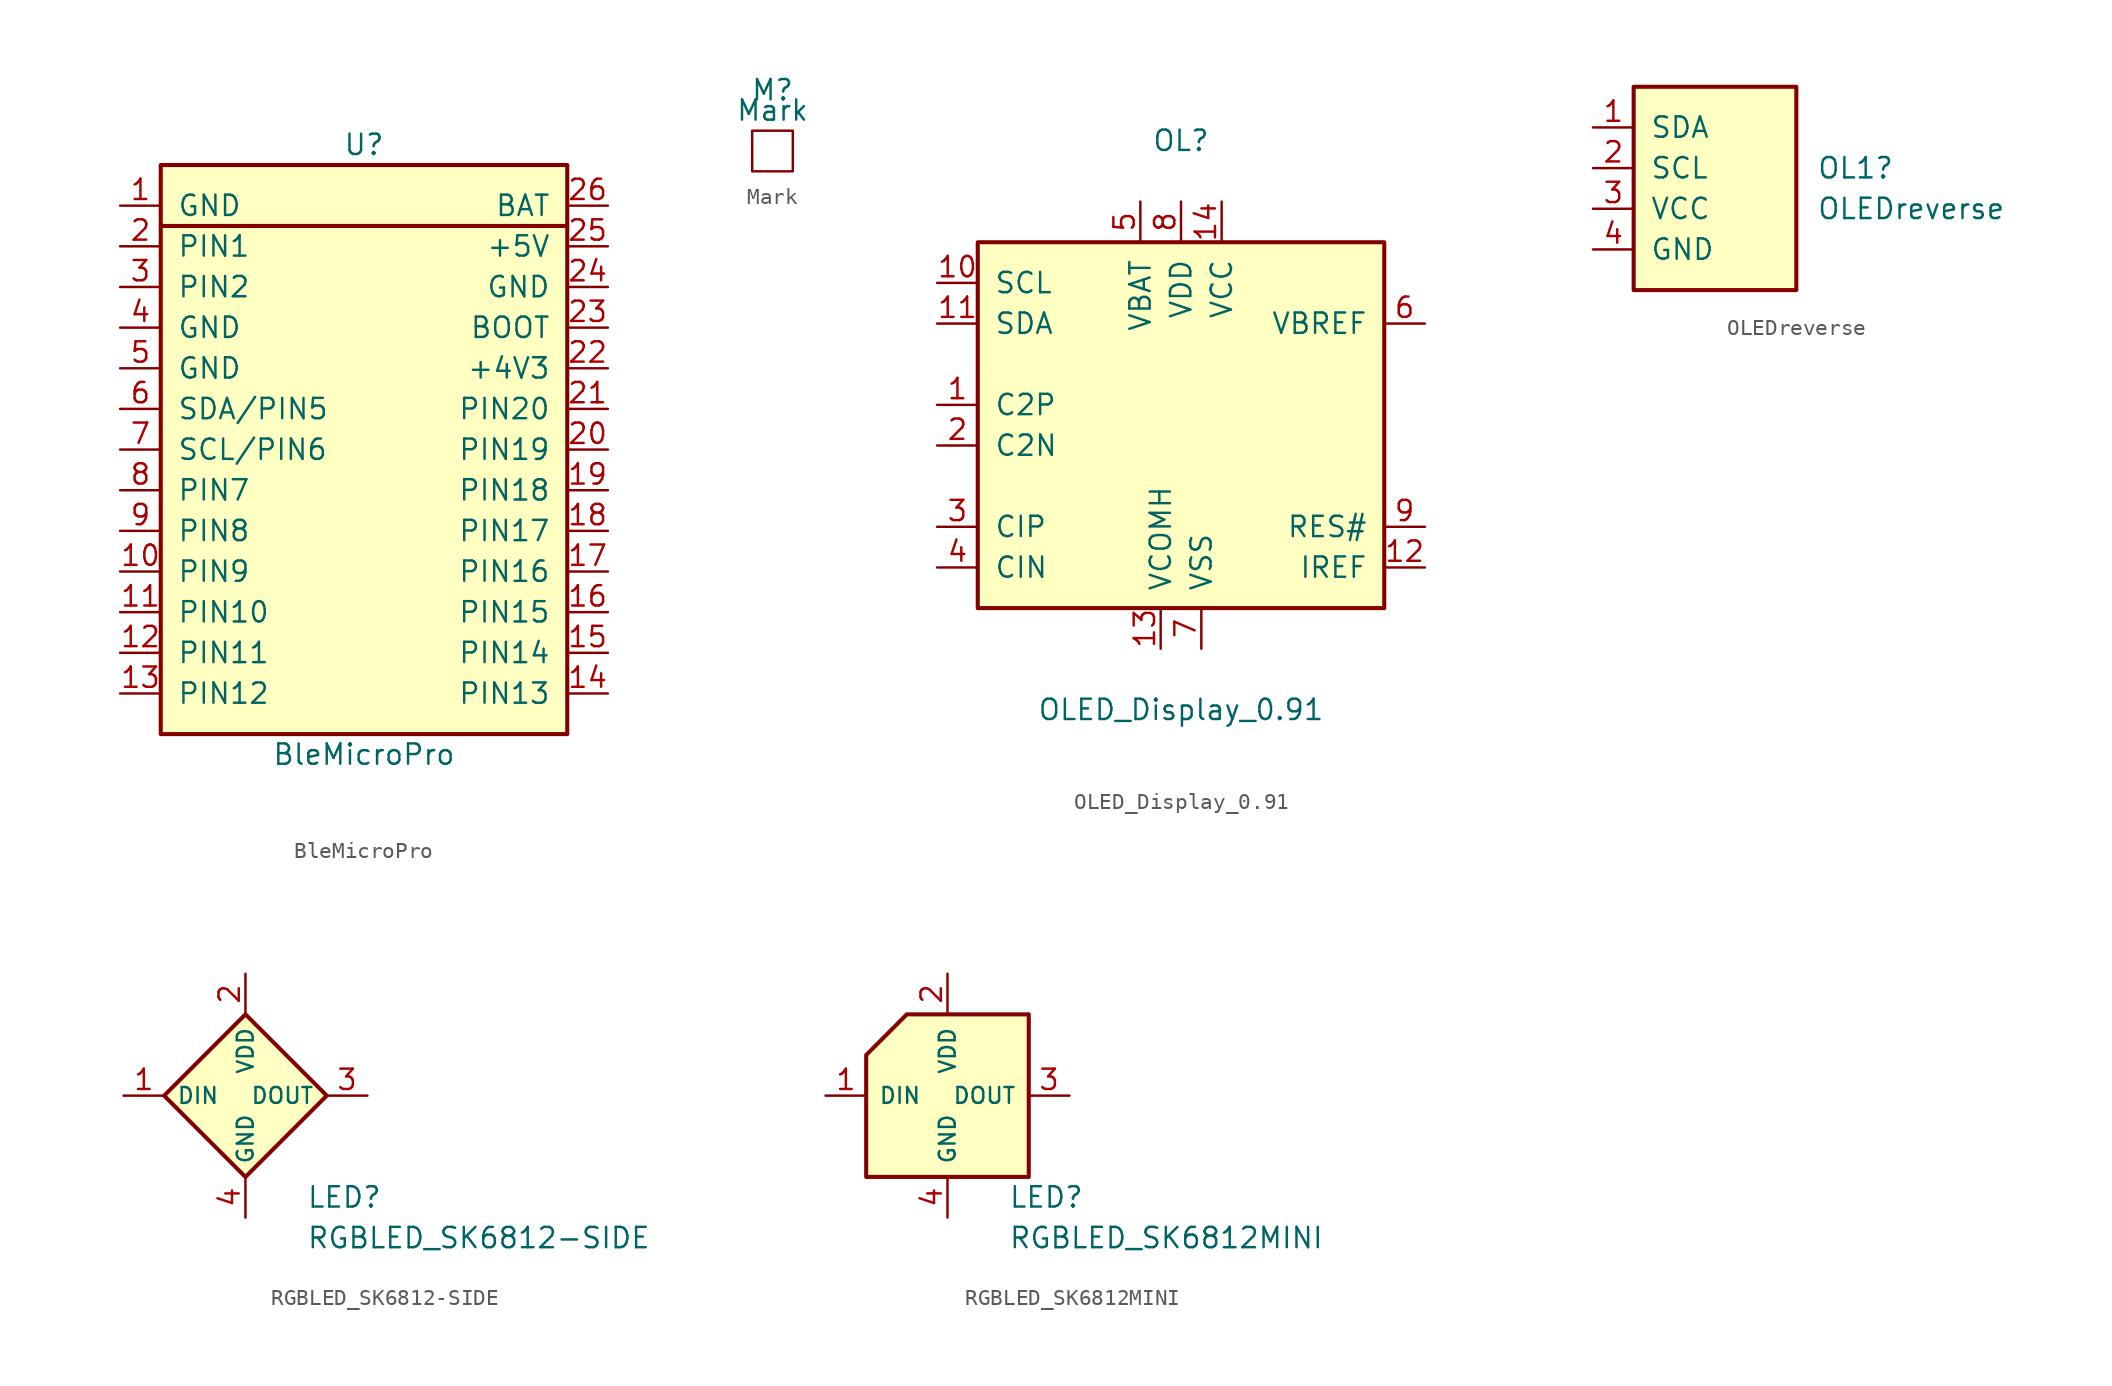
<source format=kicad_sym>
(kicad_symbol_lib
  (version 20231120)
  (generator "kicad_symbol_editor")
  (generator_version "8.0")
  (symbol "BleMicroPro"
    (pin_names
      (offset 1.016))
    (property "Reference" "U"
      (at 0 20.32 0)
      (effects (font (size 1.27 1.27))))
    (property "Value" "BleMicroPro"
      (at 0 -17.78 0)
      (effects (font (size 1.27 1.27))))
    (symbol "BleMicroPro_0_1"
      (rectangle (start -12.7 19.05) (end 12.7 -16.51) (stroke (width 0.254) (type solid)) (fill (type background)))
      (polyline (pts (xy -12.7 15.24) (xy 12.7 15.24)) (stroke (width 0.254) (type solid)) (fill (type none))))
    (symbol "BleMicroPro_1_1"
      (pin power_in line (at -15.24 16.51 0) (length 2.54) (name "GND" (effects (font (size 1.27 1.27)))) (number "1" (effects (font (size 1.27 1.27)))))
      (pin bidirectional line (at -15.24 -6.35 0) (length 2.54) (name "PIN9" (effects (font (size 1.27 1.27)))) (number "10" (effects (font (size 1.27 1.27)))))
      (pin bidirectional line (at -15.24 -8.89 0) (length 2.54) (name "PIN10" (effects (font (size 1.27 1.27)))) (number "11" (effects (font (size 1.27 1.27)))))
      (pin bidirectional line (at -15.24 -11.43 0) (length 2.54) (name "PIN11" (effects (font (size 1.27 1.27)))) (number "12" (effects (font (size 1.27 1.27)))))
      (pin bidirectional line (at -15.24 -13.97 0) (length 2.54) (name "PIN12" (effects (font (size 1.27 1.27)))) (number "13" (effects (font (size 1.27 1.27)))))
      (pin bidirectional line (at 15.24 -13.97 180) (length 2.54) (name "PIN13" (effects (font (size 1.27 1.27)))) (number "14" (effects (font (size 1.27 1.27)))))
      (pin bidirectional line (at 15.24 -11.43 180) (length 2.54) (name "PIN14" (effects (font (size 1.27 1.27)))) (number "15" (effects (font (size 1.27 1.27)))))
      (pin bidirectional line (at 15.24 -8.89 180) (length 2.54) (name "PIN15" (effects (font (size 1.27 1.27)))) (number "16" (effects (font (size 1.27 1.27)))))
      (pin bidirectional line (at 15.24 -6.35 180) (length 2.54) (name "PIN16" (effects (font (size 1.27 1.27)))) (number "17" (effects (font (size 1.27 1.27)))))
      (pin bidirectional line (at 15.24 -3.81 180) (length 2.54) (name "PIN17" (effects (font (size 1.27 1.27)))) (number "18" (effects (font (size 1.27 1.27)))))
      (pin bidirectional line (at 15.24 -1.27 180) (length 2.54) (name "PIN18" (effects (font (size 1.27 1.27)))) (number "19" (effects (font (size 1.27 1.27)))))
      (pin bidirectional line (at -15.24 13.97 0) (length 2.54) (name "PIN1" (effects (font (size 1.27 1.27)))) (number "2" (effects (font (size 1.27 1.27)))))
      (pin bidirectional line (at 15.24 1.27 180) (length 2.54) (name "PIN19" (effects (font (size 1.27 1.27)))) (number "20" (effects (font (size 1.27 1.27)))))
      (pin bidirectional line (at 15.24 3.81 180) (length 2.54) (name "PIN20" (effects (font (size 1.27 1.27)))) (number "21" (effects (font (size 1.27 1.27)))))
      (pin power_in line (at 15.24 6.35 180) (length 2.54) (name "+4V3" (effects (font (size 1.27 1.27)))) (number "22" (effects (font (size 1.27 1.27)))))
      (pin input line (at 15.24 8.89 180) (length 2.54) (name "BOOT" (effects (font (size 1.27 1.27)))) (number "23" (effects (font (size 1.27 1.27)))))
      (pin power_in line (at 15.24 11.43 180) (length 2.54) (name "GND" (effects (font (size 1.27 1.27)))) (number "24" (effects (font (size 1.27 1.27)))))
      (pin power_in line (at 15.24 13.97 180) (length 2.54) (name "+5V" (effects (font (size 1.27 1.27)))) (number "25" (effects (font (size 1.27 1.27)))))
      (pin power_in line (at 15.24 16.51 180) (length 2.54) (name "BAT" (effects (font (size 1.27 1.27)))) (number "26" (effects (font (size 1.27 1.27)))))
      (pin bidirectional line (at -15.24 11.43 0) (length 2.54) (name "PIN2" (effects (font (size 1.27 1.27)))) (number "3" (effects (font (size 1.27 1.27)))))
      (pin power_in line (at -15.24 8.89 0) (length 2.54) (name "GND" (effects (font (size 1.27 1.27)))) (number "4" (effects (font (size 1.27 1.27)))))
      (pin power_in line (at -15.24 6.35 0) (length 2.54) (name "GND" (effects (font (size 1.27 1.27)))) (number "5" (effects (font (size 1.27 1.27)))))
      (pin bidirectional line (at -15.24 3.81 0) (length 2.54) (name "SDA/PIN5" (effects (font (size 1.27 1.27)))) (number "6" (effects (font (size 1.27 1.27)))))
      (pin bidirectional line (at -15.24 1.27 0) (length 2.54) (name "SCL/PIN6" (effects (font (size 1.27 1.27)))) (number "7" (effects (font (size 1.27 1.27)))))
      (pin bidirectional line (at -15.24 -1.27 0) (length 2.54) (name "PIN7" (effects (font (size 1.27 1.27)))) (number "8" (effects (font (size 1.27 1.27)))))
      (pin bidirectional line (at -15.24 -3.81 0) (length 2.54) (name "PIN8" (effects (font (size 1.27 1.27)))) (number "9" (effects (font (size 1.27 1.27)))))))
  (symbol "Mark"
    (pin_numbers hide)
    (pin_names
      (offset 0) hide)
    (property "Reference" "M"
      (at 0 3.81 0)
      (effects (font (size 1.27 1.27))))
    (property "Value" "Mark"
      (at 0 2.54 0)
      (effects (font (size 1.27 1.27))))
    (symbol "Mark_0_1"
      (rectangle (start -1.27 1.27) (end 1.27 -1.27) (stroke (width 0) (type solid)) (fill (type none)))))
  (symbol "OLED_Display_0.91"
    (pin_names
      (offset 1.016))
    (property "Reference" "OL"
      (at 0 17.78 0)
      (effects (font (size 1.27 1.27))))
    (property "Value" "OLED_Display_0.91"
      (at 0 -17.78 0)
      (effects (font (size 1.27 1.27))))
    (symbol "OLED_Display_0.91_0_1"
      (rectangle (start -12.7 11.43) (end 12.7 -11.43) (stroke (width 0.254) (type solid)) (fill (type background))))
    (symbol "OLED_Display_0.91_1_1"
      (pin input line (at -15.24 1.27 0) (length 2.54) (name "C2P" (effects (font (size 1.27 1.27)))) (number "1" (effects (font (size 1.27 1.27)))))
      (pin input line (at -15.24 8.89 0) (length 2.54) (name "SCL" (effects (font (size 1.27 1.27)))) (number "10" (effects (font (size 1.27 1.27)))))
      (pin input line (at -15.24 6.35 0) (length 2.54) (name "SDA" (effects (font (size 1.27 1.27)))) (number "11" (effects (font (size 1.27 1.27)))))
      (pin input line (at 15.24 -8.89 180) (length 2.54) (name "IREF" (effects (font (size 1.27 1.27)))) (number "12" (effects (font (size 1.27 1.27)))))
      (pin input line (at -1.27 -13.97 90) (length 2.54) (name "VCOMH" (effects (font (size 1.27 1.27)))) (number "13" (effects (font (size 1.27 1.27)))))
      (pin input line (at 2.54 13.97 270) (length 2.54) (name "VCC" (effects (font (size 1.27 1.27)))) (number "14" (effects (font (size 1.27 1.27)))))
      (pin input line (at -15.24 -1.27 0) (length 2.54) (name "C2N" (effects (font (size 1.27 1.27)))) (number "2" (effects (font (size 1.27 1.27)))))
      (pin input line (at -15.24 -6.35 0) (length 2.54) (name "CIP" (effects (font (size 1.27 1.27)))) (number "3" (effects (font (size 1.27 1.27)))))
      (pin input line (at -15.24 -8.89 0) (length 2.54) (name "CIN" (effects (font (size 1.27 1.27)))) (number "4" (effects (font (size 1.27 1.27)))))
      (pin input line (at -2.54 13.97 270) (length 2.54) (name "VBAT" (effects (font (size 1.27 1.27)))) (number "5" (effects (font (size 1.27 1.27)))))
      (pin input line (at 15.24 6.35 180) (length 2.54) (name "VBREF" (effects (font (size 1.27 1.27)))) (number "6" (effects (font (size 1.27 1.27)))))
      (pin input line (at 1.27 -13.97 90) (length 2.54) (name "VSS" (effects (font (size 1.27 1.27)))) (number "7" (effects (font (size 1.27 1.27)))))
      (pin input line (at 0 13.97 270) (length 2.54) (name "VDD" (effects (font (size 1.27 1.27)))) (number "8" (effects (font (size 1.27 1.27)))))
      (pin input line (at 15.24 -6.35 180) (length 2.54) (name "RES#" (effects (font (size 1.27 1.27)))) (number "9" (effects (font (size 1.27 1.27)))))))
  (symbol "OLEDreverse"
    (pin_names
      (offset 1.016))
    (property "Reference" "OL1"
      (at 6.35 1.27 0)
      (effects (font (size 1.27 1.27)) (justify left)))
    (property "Value" "OLEDreverse"
      (at 6.35 -1.27 0)
      (effects (font (size 1.27 1.27)) (justify left)))
    (symbol "OLEDreverse_0_1"
      (rectangle (start -5.08 6.35) (end 5.08 -6.35) (stroke (width 0.254) (type solid)) (fill (type background))))
    (symbol "OLEDreverse_1_1"
      (pin bidirectional line (at -7.62 3.81 0) (length 2.54) (name "SDA" (effects (font (size 1.27 1.27)))) (number "1" (effects (font (size 1.27 1.27)))))
      (pin bidirectional line (at -7.62 1.27 0) (length 2.54) (name "SCL" (effects (font (size 1.27 1.27)))) (number "2" (effects (font (size 1.27 1.27)))))
      (pin power_in line (at -7.62 -1.27 0) (length 2.54) (name "VCC" (effects (font (size 1.27 1.27)))) (number "3" (effects (font (size 1.27 1.27)))))
      (pin power_in line (at -7.62 -3.81 0) (length 2.54) (name "GND" (effects (font (size 1.27 1.27)))) (number "4" (effects (font (size 1.27 1.27)))))))
  (symbol "RGBLED_SK6812-SIDE"
    (pin_names
      (offset 0.762))
    (property "Reference" "LED"
      (at 3.81 -6.35 0)
      (effects (font (size 1.27 1.27)) (justify left)))
    (property "Value" "RGBLED_SK6812-SIDE"
      (at 3.81 -8.89 0)
      (effects (font (size 1.27 1.27)) (justify left)))
    (symbol "RGBLED_SK6812-SIDE_0_1"
      (polyline (pts (xy 0 5.08) (xy -5.08 0) (xy 0 -5.08) (xy 5.08 0) (xy 0 5.08)) (stroke (width 0.254) (type solid)) (fill (type background))))
    (symbol "RGBLED_SK6812-SIDE_1_1"
      (pin input line (at -7.62 0 0) (length 2.54) (name "DIN" (effects (font (size 0.991 0.991)))) (number "1" (effects (font (size 1.27 1.27)))))
      (pin power_in line (at 0 7.62 270) (length 2.54) (name "VDD" (effects (font (size 0.991 0.991)))) (number "2" (effects (font (size 1.27 1.27)))))
      (pin output line (at 7.62 0 180) (length 2.54) (name "DOUT" (effects (font (size 0.991 0.991)))) (number "3" (effects (font (size 1.27 1.27)))))
      (pin power_in line (at 0 -7.62 90) (length 2.54) (name "GND" (effects (font (size 0.991 0.991)))) (number "4" (effects (font (size 1.27 1.27)))))))
  (symbol "RGBLED_SK6812MINI"
    (pin_names
      (offset 0.762))
    (property "Reference" "LED"
      (at 3.81 -6.35 0)
      (effects (font (size 1.27 1.27)) (justify left)))
    (property "Value" "RGBLED_SK6812MINI"
      (at 3.81 -8.89 0)
      (effects (font (size 1.27 1.27)) (justify left)))
    (symbol "RGBLED_SK6812MINI_0_1"
      (polyline (pts (xy -2.54 5.08) (xy 5.08 5.08) (xy 5.08 -5.08) (xy -5.08 -5.08) (xy -5.08 2.54) (xy -2.54 5.08)) (stroke (width 0.254) (type solid)) (fill (type background))))
    (symbol "RGBLED_SK6812MINI_1_1"
      (pin input line (at -7.62 0 0) (length 2.54) (name "DIN" (effects (font (size 0.991 0.991)))) (number "1" (effects (font (size 1.27 1.27)))))
      (pin power_in line (at 0 7.62 270) (length 2.54) (name "VDD" (effects (font (size 0.991 0.991)))) (number "2" (effects (font (size 1.27 1.27)))))
      (pin output line (at 7.62 0 180) (length 2.54) (name "DOUT" (effects (font (size 0.991 0.991)))) (number "3" (effects (font (size 1.27 1.27)))))
      (pin power_in line (at 0 -7.62 90) (length 2.54) (name "GND" (effects (font (size 0.991 0.991)))) (number "4" (effects (font (size 1.27 1.27))))))))
</source>
